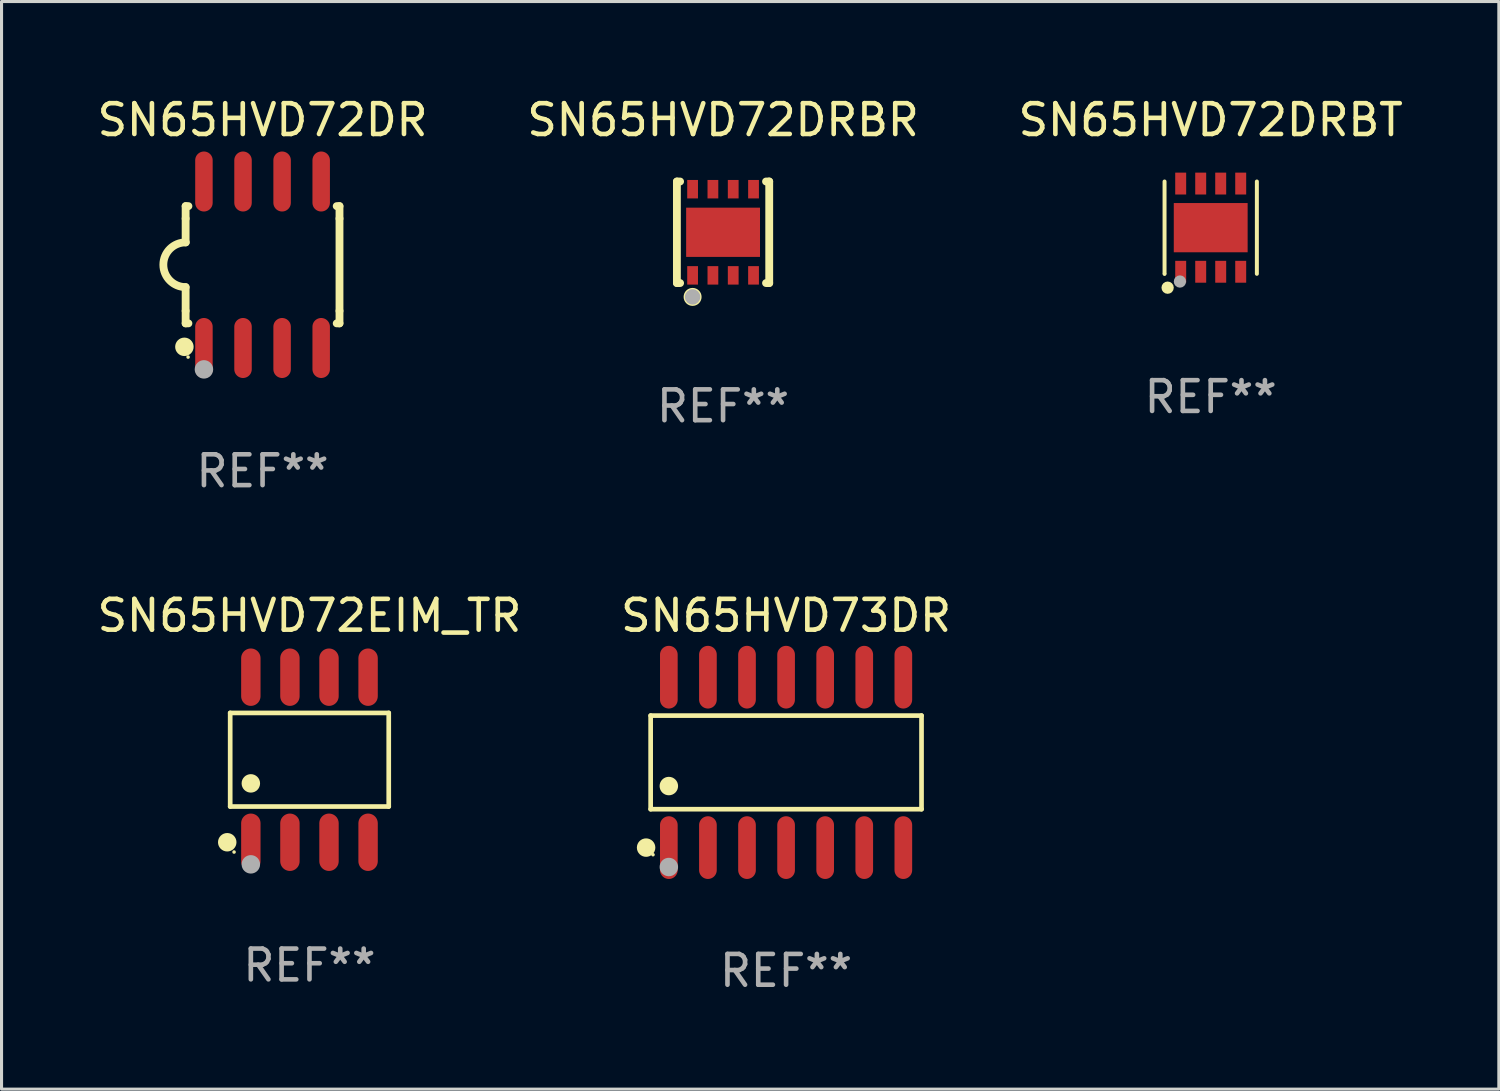
<source format=kicad_pcb>
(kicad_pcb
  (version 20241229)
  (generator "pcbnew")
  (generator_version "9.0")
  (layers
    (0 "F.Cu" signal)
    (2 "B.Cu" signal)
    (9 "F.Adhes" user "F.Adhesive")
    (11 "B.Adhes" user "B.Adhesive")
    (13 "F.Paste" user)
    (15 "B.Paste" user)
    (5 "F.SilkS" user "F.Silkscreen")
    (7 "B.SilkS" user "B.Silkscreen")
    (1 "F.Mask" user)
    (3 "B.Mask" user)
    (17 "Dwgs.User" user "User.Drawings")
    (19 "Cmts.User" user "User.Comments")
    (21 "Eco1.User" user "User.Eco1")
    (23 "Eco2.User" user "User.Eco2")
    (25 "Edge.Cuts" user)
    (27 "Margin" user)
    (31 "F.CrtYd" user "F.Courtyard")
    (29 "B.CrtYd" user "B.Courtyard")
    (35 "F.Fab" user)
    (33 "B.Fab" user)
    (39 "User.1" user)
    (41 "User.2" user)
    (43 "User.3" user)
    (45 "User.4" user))
  (footprint "SN65HVD72DR"
    (layer "F.Cu")
    (at 5.482 5.553)
    (property "Reference" "SN65HVD72DR" (at 0 -4.705 0) (layer "F.SilkS") (effects (font (size 1 1) (thickness 0.15))))
    (attr through_hole)
    (fp_line (start -2.5 -1.905) (end -2.409 -1.905) (stroke (width 0.254) (type solid)) (layer "F.SilkS"))
    (fp_line (start -2.5 -1.5) (end -2.5 -1.905) (stroke (width 0.254) (type solid)) (layer "F.SilkS"))
    (fp_line (start -2.5 -1.5) (end -2.5 -0.726) (stroke (width 0.254) (type solid)) (layer "F.SilkS"))
    (fp_line (start -2.5 1.5) (end -2.5 0.727) (stroke (width 0.254) (type solid)) (layer "F.SilkS"))
    (fp_line (start -2.5 1.5) (end -2.5 1.905) (stroke (width 0.254) (type solid)) (layer "F.SilkS"))
    (fp_line (start -2.5 1.905) (end -2.409 1.905) (stroke (width 0.254) (type solid)) (layer "F.SilkS"))
    (fp_line (start 2.5 -1.905) (end 2.409 -1.905) (stroke (width 0.254) (type solid)) (layer "F.SilkS"))
    (fp_line (start 2.5 -1.5) (end 2.5 -1.905) (stroke (width 0.254) (type solid)) (layer "F.SilkS"))
    (fp_line (start 2.5 -1.5) (end 2.5 1.5) (stroke (width 0.254) (type solid)) (layer "F.SilkS"))
    (fp_line (start 2.5 1.5) (end 2.5 1.905) (stroke (width 0.254) (type solid)) (layer "F.SilkS"))
    (fp_line (start 2.5 1.905) (end 2.409 1.905) (stroke (width 0.254) (type solid)) (layer "F.SilkS"))
    (fp_arc (start -2.5 0.726568) (mid -3.220316 -0.0023) (end -2.495097 -0.726289) (stroke (width 0.254001) (type solid)) (layer "F.SilkS"))
    (fp_circle (center -2.54 2.667) (end -2.39 2.667) (stroke (width 0.3) (type solid)) (fill no) (layer "F.SilkS"))
    (fp_circle (center -2.42 3) (end -2.39 3) (stroke (width 0.06) (type solid)) (fill no) (layer "F.SilkS"))
    (fp_circle (center -1.905 3.4) (end -1.755 3.4) (stroke (width 0.3) (type solid)) (fill no) (layer "F.Fab"))
    (fp_text user "REF**" (at 0 6.705 0) (layer "F.Fab") (effects (font (size 1 1) (thickness 0.15))))
    (pad "1" smd oval (at -1.905 2.705) (size 0.568 1.95) (layers "F.Cu" "F.Mask" "F.Paste"))
    (pad "2" smd oval (at -0.635 2.705) (size 0.568 1.95) (layers "F.Cu" "F.Mask" "F.Paste"))
    (pad "3" smd oval (at 0.635 2.705) (size 0.568 1.95) (layers "F.Cu" "F.Mask" "F.Paste"))
    (pad "4" smd oval (at 1.905 2.705) (size 0.568 1.95) (layers "F.Cu" "F.Mask" "F.Paste"))
    (pad "5" smd oval (at 1.905 -2.705) (size 0.568 1.95) (layers "F.Cu" "F.Mask" "F.Paste"))
    (pad "6" smd oval (at 0.635 -2.705) (size 0.568 1.95) (layers "F.Cu" "F.Mask" "F.Paste"))
    (pad "7" smd oval (at -0.635 -2.705) (size 0.568 1.95) (layers "F.Cu" "F.Mask" "F.Paste"))
    (pad "8" smd oval (at -1.905 -2.705) (size 0.568 1.95) (layers "F.Cu" "F.Mask" "F.Paste")))
  (footprint "SN65HVD72DRBR"
    (layer "F.Cu")
    (at 20.446 4.498)
    (property "Reference" "SN65HVD72DRBR" (at 0 -3.65 0) (layer "F.SilkS") (effects (font (size 1 1) (thickness 0.15))))
    (attr through_hole)
    (fp_line (start -1.5 -1.65) (end -1.396 -1.65) (stroke (width 0.254) (type solid)) (layer "F.SilkS"))
    (fp_line (start -1.5 1.65) (end -1.5 -1.65) (stroke (width 0.254) (type solid)) (layer "F.SilkS"))
    (fp_line (start -1.5 1.65) (end -1.396 1.65) (stroke (width 0.254) (type solid)) (layer "F.SilkS"))
    (fp_line (start 1.396 -1.65) (end 1.5 -1.65) (stroke (width 0.254) (type solid)) (layer "F.SilkS"))
    (fp_line (start 1.396 1.65) (end 1.5 1.65) (stroke (width 0.254) (type solid)) (layer "F.SilkS"))
    (fp_line (start 1.5 1.65) (end 1.5 -1.65) (stroke (width 0.254) (type solid)) (layer "F.SilkS"))
    (fp_circle (center -1.5 1.5) (end -1.47 1.5) (stroke (width 0.06) (type solid)) (fill no) (layer "F.SilkS"))
    (fp_circle (center -0.99 2.1) (end -0.825 2.1) (stroke (width 0.254) (type solid)) (fill no) (layer "F.SilkS"))
    (fp_circle (center -0.99 2.1) (end -0.865 2.1) (stroke (width 0.25) (type solid)) (fill no) (layer "F.Fab"))
    (fp_text user "REF**" (at 0 5.65 0) (layer "F.Fab") (effects (font (size 1 1) (thickness 0.15))))
    (pad "1" smd rect (at -0.99 1.4) (size 0.35 0.6) (layers "F.Cu" "F.Mask" "F.Paste"))
    (pad "2" smd rect (at -0.33 1.4) (size 0.35 0.6) (layers "F.Cu" "F.Mask" "F.Paste"))
    (pad "3" smd rect (at 0.33 1.4) (size 0.35 0.6) (layers "F.Cu" "F.Mask" "F.Paste"))
    (pad "4" smd rect (at 0.99 1.4) (size 0.35 0.6) (layers "F.Cu" "F.Mask" "F.Paste"))
    (pad "5" smd rect (at 0.99 -1.4) (size 0.35 0.6) (layers "F.Cu" "F.Mask" "F.Paste"))
    (pad "6" smd rect (at 0.33 -1.4) (size 0.35 0.6) (layers "F.Cu" "F.Mask" "F.Paste"))
    (pad "7" smd rect (at -0.33 -1.4) (size 0.35 0.6) (layers "F.Cu" "F.Mask" "F.Paste"))
    (pad "8" smd rect (at -0.99 -1.4) (size 0.35 0.6) (layers "F.Cu" "F.Mask" "F.Paste"))
    (pad "9" smd rect (at 0.000229 0.000089) (size 2.4 1.6) (layers "F.Cu" "F.Mask" "F.Paste")))
  (footprint "SN65HVD72EIM_TR"
    (layer "F.Cu")
    (at 7.006 21.637)
    (property "Reference" "SN65HVD72EIM_TR" (at 0 -4.682 0) (layer "F.SilkS") (effects (font (size 1 1) (thickness 0.15))))
    (attr through_hole)
    (fp_line (start -2.576 -1.521) (end 2.576 -1.521) (stroke (width 0.152) (type solid)) (layer "F.SilkS"))
    (fp_line (start -2.576 1.521) (end -2.576 -1.521) (stroke (width 0.152) (type solid)) (layer "F.SilkS"))
    (fp_line (start 2.576 -1.521) (end 2.576 1.521) (stroke (width 0.152) (type solid)) (layer "F.SilkS"))
    (fp_line (start 2.576 1.521) (end -2.576 1.521) (stroke (width 0.152) (type solid)) (layer "F.SilkS"))
    (fp_circle (center -2.672 2.682) (end -2.522 2.682) (stroke (width 0.3) (type solid)) (fill no) (layer "F.SilkS"))
    (fp_circle (center -2.45 3) (end -2.42 3) (stroke (width 0.06) (type solid)) (fill no) (layer "F.SilkS"))
    (fp_circle (center -1.905 0.769) (end -1.755 0.769) (stroke (width 0.3) (type solid)) (fill no) (layer "F.SilkS"))
    (fp_circle (center -1.905 3.4) (end -1.755 3.4) (stroke (width 0.3) (type solid)) (fill no) (layer "F.Fab"))
    (fp_text user "REF**" (at 0 6.682 0) (layer "F.Fab") (effects (font (size 1 1) (thickness 0.15))))
    (pad "1" smd oval (at -1.905 2.682) (size 0.63 1.865) (layers "F.Cu" "F.Mask" "F.Paste"))
    (pad "2" smd oval (at -0.635 2.682) (size 0.63 1.865) (layers "F.Cu" "F.Mask" "F.Paste"))
    (pad "3" smd oval (at 0.635 2.682) (size 0.63 1.865) (layers "F.Cu" "F.Mask" "F.Paste"))
    (pad "4" smd oval (at 1.905 2.682) (size 0.63 1.865) (layers "F.Cu" "F.Mask" "F.Paste"))
    (pad "5" smd oval (at 1.905 -2.682) (size 0.63 1.865) (layers "F.Cu" "F.Mask" "F.Paste"))
    (pad "6" smd oval (at 0.635 -2.682) (size 0.63 1.865) (layers "F.Cu" "F.Mask" "F.Paste"))
    (pad "7" smd oval (at -0.635 -2.682) (size 0.63 1.865) (layers "F.Cu" "F.Mask" "F.Paste"))
    (pad "8" smd oval (at -1.905 -2.682) (size 0.63 1.865) (layers "F.Cu" "F.Mask" "F.Paste")))
  (footprint "SN65HVD72DRBT"
    (layer "F.Cu")
    (at 36.292 4.348)
    (property "Reference" "SN65HVD72DRBT" (at 0 -3.5 0) (layer "F.SilkS") (effects (font (size 1 1) (thickness 0.15))))
    (attr through_hole)
    (fp_line (start -1.5 1.5) (end -1.5 -1.5) (stroke (width 0.129) (type solid)) (layer "F.SilkS"))
    (fp_line (start 1.5 -1.5) (end 1.5 1.5) (stroke (width 0.129) (type solid)) (layer "F.SilkS"))
    (fp_circle (center -1.5 1.5) (end -1.47 1.5) (stroke (width 0.06) (type solid)) (fill no) (layer "F.SilkS"))
    (fp_circle (center -1.4 1.95) (end -1.3 1.95) (stroke (width 0.2) (type solid)) (fill no) (layer "F.SilkS"))
    (fp_circle (center -1 1.75) (end -0.9 1.75) (stroke (width 0.2) (type solid)) (fill no) (layer "F.Fab"))
    (fp_text user "REF**" (at 0 5.5 0) (layer "F.Fab") (effects (font (size 1 1) (thickness 0.15))))
    (pad "1" smd rect (at -0.975 1.433) (size 0.356 0.711) (layers "F.Cu" "F.Mask" "F.Paste"))
    (pad "2" smd rect (at -0.325 1.433) (size 0.356 0.711) (layers "F.Cu" "F.Mask" "F.Paste"))
    (pad "3" smd rect (at 0.325 1.433) (size 0.356 0.711) (layers "F.Cu" "F.Mask" "F.Paste"))
    (pad "4" smd rect (at 0.975 1.433) (size 0.356 0.711) (layers "F.Cu" "F.Mask" "F.Paste"))
    (pad "5" smd rect (at 0.975 -1.433) (size 0.356 0.711) (layers "F.Cu" "F.Mask" "F.Paste"))
    (pad "6" smd rect (at 0.325 -1.433) (size 0.356 0.711) (layers "F.Cu" "F.Mask" "F.Paste"))
    (pad "7" smd rect (at -0.325 -1.433) (size 0.356 0.711) (layers "F.Cu" "F.Mask" "F.Paste"))
    (pad "8" smd rect (at -0.975 -1.433) (size 0.356 0.711) (layers "F.Cu" "F.Mask" "F.Paste"))
    (pad "9" smd rect (at 0 0) (size 2.4 1.6) (layers "F.Cu" "F.Mask" "F.Paste")))
  (footprint "SN65HVD73DR"
    (layer "F.Cu")
    (at 22.494 21.724)
    (property "Reference" "SN65HVD73DR" (at 0 -4.769 0) (layer "F.SilkS") (effects (font (size 1 1) (thickness 0.15))))
    (attr through_hole)
    (fp_line (start -4.401 -1.521) (end 4.401 -1.521) (stroke (width 0.152) (type solid)) (layer "F.SilkS"))
    (fp_line (start -4.401 1.521) (end -4.401 -1.521) (stroke (width 0.152) (type solid)) (layer "F.SilkS"))
    (fp_line (start 4.401 -1.521) (end 4.401 1.521) (stroke (width 0.152) (type solid)) (layer "F.SilkS"))
    (fp_line (start 4.401 1.521) (end -4.401 1.521) (stroke (width 0.152) (type solid)) (layer "F.SilkS"))
    (fp_circle (center -4.549 2.769) (end -4.399 2.769) (stroke (width 0.3) (type solid)) (fill no) (layer "F.SilkS"))
    (fp_circle (center -4.325 3) (end -4.295 3) (stroke (width 0.06) (type solid)) (fill no) (layer "F.SilkS"))
    (fp_circle (center -3.81 0.769) (end -3.66 0.769) (stroke (width 0.3) (type solid)) (fill no) (layer "F.SilkS"))
    (fp_circle (center -3.81 3.4) (end -3.66 3.4) (stroke (width 0.3) (type solid)) (fill no) (layer "F.Fab"))
    (fp_text user "REF**" (at 0 6.769 0) (layer "F.Fab") (effects (font (size 1 1) (thickness 0.15))))
    (pad "1" smd oval (at -3.81 2.769) (size 0.574 2.038) (layers "F.Cu" "F.Mask" "F.Paste"))
    (pad "2" smd oval (at -2.54 2.769) (size 0.574 2.038) (layers "F.Cu" "F.Mask" "F.Paste"))
    (pad "3" smd oval (at -1.27 2.769) (size 0.574 2.038) (layers "F.Cu" "F.Mask" "F.Paste"))
    (pad "4" smd oval (at 0 2.769) (size 0.574 2.038) (layers "F.Cu" "F.Mask" "F.Paste"))
    (pad "5" smd oval (at 1.27 2.769) (size 0.574 2.038) (layers "F.Cu" "F.Mask" "F.Paste"))
    (pad "6" smd oval (at 2.54 2.769) (size 0.574 2.038) (layers "F.Cu" "F.Mask" "F.Paste"))
    (pad "7" smd oval (at 3.81 2.769) (size 0.574 2.038) (layers "F.Cu" "F.Mask" "F.Paste"))
    (pad "8" smd oval (at 3.81 -2.769) (size 0.574 2.038) (layers "F.Cu" "F.Mask" "F.Paste"))
    (pad "9" smd oval (at 2.54 -2.769) (size 0.574 2.038) (layers "F.Cu" "F.Mask" "F.Paste"))
    (pad "10" smd oval (at 1.27 -2.769) (size 0.574 2.038) (layers "F.Cu" "F.Mask" "F.Paste"))
    (pad "11" smd oval (at 0 -2.769) (size 0.574 2.038) (layers "F.Cu" "F.Mask" "F.Paste"))
    (pad "12" smd oval (at -1.27 -2.769) (size 0.574 2.038) (layers "F.Cu" "F.Mask" "F.Paste"))
    (pad "13" smd oval (at -2.54 -2.769) (size 0.574 2.038) (layers "F.Cu" "F.Mask" "F.Paste"))
    (pad "14" smd oval (at -3.81 -2.769) (size 0.574 2.038) (layers "F.Cu" "F.Mask" "F.Paste")))
  (gr_rect
    (start -3 -3)
    (end 45.655 32.341)
    (stroke (width 0.1) (type default))
    (fill no)
    (layer "Edge.Cuts")))
</source>
